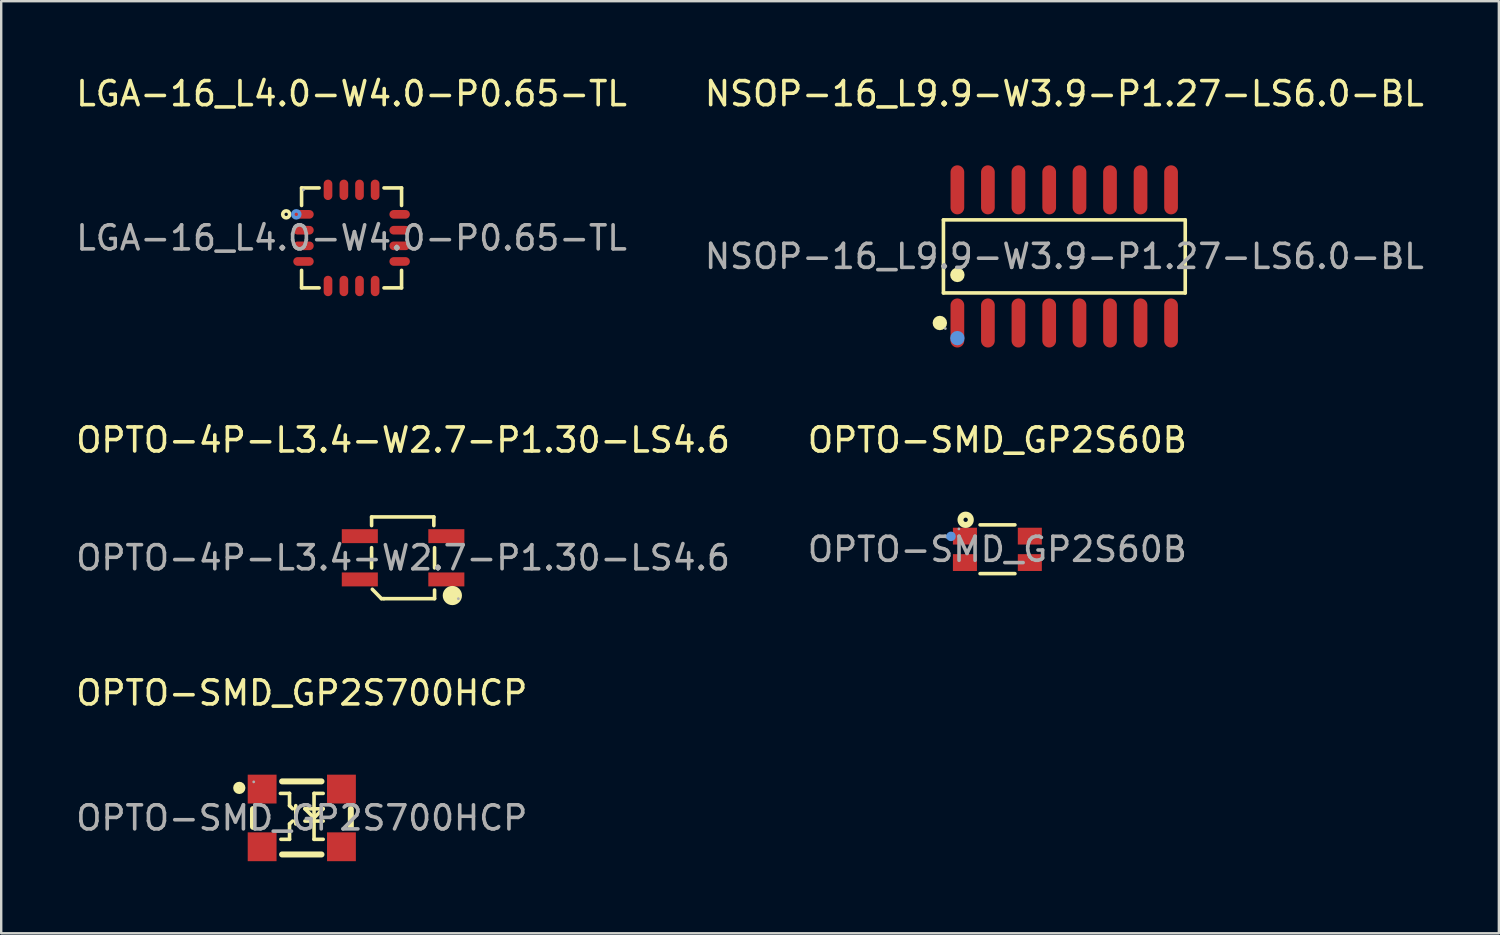
<source format=kicad_pcb>
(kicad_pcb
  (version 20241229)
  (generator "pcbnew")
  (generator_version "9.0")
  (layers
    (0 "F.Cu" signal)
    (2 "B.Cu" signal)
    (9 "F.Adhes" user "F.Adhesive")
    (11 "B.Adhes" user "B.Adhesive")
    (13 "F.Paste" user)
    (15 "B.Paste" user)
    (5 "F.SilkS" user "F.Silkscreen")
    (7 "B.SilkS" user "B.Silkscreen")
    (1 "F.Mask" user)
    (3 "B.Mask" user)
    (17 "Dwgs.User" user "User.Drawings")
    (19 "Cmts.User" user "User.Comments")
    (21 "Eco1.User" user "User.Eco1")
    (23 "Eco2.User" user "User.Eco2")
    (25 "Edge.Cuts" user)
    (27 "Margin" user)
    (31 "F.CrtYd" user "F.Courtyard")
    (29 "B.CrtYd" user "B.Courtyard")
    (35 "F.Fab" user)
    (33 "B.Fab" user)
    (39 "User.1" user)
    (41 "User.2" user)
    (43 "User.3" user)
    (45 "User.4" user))
  (footprint "LGA-16_L4.0-W4.0-P0.65-TL"
    (layer "F.Cu")
    (at 11.577 6.848)
    (property "Reference" "LGA-16_L4.0-W4.0-P0.65-TL" (at 0 -6 0) (layer "F.SilkS") (effects (font (size 1 1) (thickness 0.15))))
    (attr through_hole)
    (fp_line (start -2.08 -2.08) (end -2.08 -1.35) (stroke (width 0.15) (type solid)) (layer "F.SilkS"))
    (fp_line (start -2.08 2.08) (end -2.08 1.35) (stroke (width 0.15) (type solid)) (layer "F.SilkS"))
    (fp_line (start -1.35 -2.08) (end -2.08 -2.08) (stroke (width 0.15) (type solid)) (layer "F.SilkS"))
    (fp_line (start -1.35 2.08) (end -2.08 2.08) (stroke (width 0.15) (type solid)) (layer "F.SilkS"))
    (fp_line (start 1.35 -2.08) (end 2.08 -2.08) (stroke (width 0.15) (type solid)) (layer "F.SilkS"))
    (fp_line (start 1.35 2.08) (end 2.08 2.08) (stroke (width 0.15) (type solid)) (layer "F.SilkS"))
    (fp_line (start 2.08 -2.08) (end 2.08 -1.35) (stroke (width 0.15) (type solid)) (layer "F.SilkS"))
    (fp_line (start 2.08 2.08) (end 2.08 1.35) (stroke (width 0.15) (type solid)) (layer "F.SilkS"))
    (fp_circle (center -2.72 -0.98) (end -2.65 -0.98) (stroke (width 0.15) (type solid)) (fill no) (layer "F.SilkS"))
    (fp_circle (center -2.3 -0.98) (end -2.23 -0.98) (stroke (width 0.15) (type solid)) (fill no) (layer "Cmts.User"))
    (fp_circle (center -2 -2) (end -1.97 -2) (stroke (width 0.06) (type solid)) (fill no) (layer "F.Fab"))
    (fp_text user "${REFERENCE}" (at 0 0 0) (layer "F.Fab") (effects (font (size 1 1) (thickness 0.15))))
    (pad "1" smd oval (at -2 -0.98 270) (size 0.36 0.85) (layers "F.Cu" "F.Mask" "F.Paste"))
    (pad "2" smd oval (at -2 -0.32 270) (size 0.36 0.85) (layers "F.Cu" "F.Mask" "F.Paste"))
    (pad "3" smd oval (at -2 0.33 270) (size 0.36 0.85) (layers "F.Cu" "F.Mask" "F.Paste"))
    (pad "4" smd oval (at -2 0.98 270) (size 0.36 0.85) (layers "F.Cu" "F.Mask" "F.Paste"))
    (pad "5" smd oval (at -0.98 2 270) (size 0.85 0.36) (layers "F.Cu" "F.Mask" "F.Paste"))
    (pad "6" smd oval (at -0.32 2 270) (size 0.85 0.36) (layers "F.Cu" "F.Mask" "F.Paste"))
    (pad "7" smd oval (at 0.33 2 270) (size 0.85 0.36) (layers "F.Cu" "F.Mask" "F.Paste"))
    (pad "8" smd oval (at 0.98 2 270) (size 0.85 0.36) (layers "F.Cu" "F.Mask" "F.Paste"))
    (pad "9" smd oval (at 2 0.98 270) (size 0.36 0.85) (layers "F.Cu" "F.Mask" "F.Paste"))
    (pad "10" smd oval (at 2 0.33 270) (size 0.36 0.85) (layers "F.Cu" "F.Mask" "F.Paste"))
    (pad "11" smd oval (at 2 -0.32 270) (size 0.36 0.85) (layers "F.Cu" "F.Mask" "F.Paste"))
    (pad "12" smd oval (at 2 -0.98 270) (size 0.36 0.85) (layers "F.Cu" "F.Mask" "F.Paste"))
    (pad "13" smd oval (at 0.98 -2 270) (size 0.85 0.36) (layers "F.Cu" "F.Mask" "F.Paste"))
    (pad "14" smd oval (at 0.33 -2 270) (size 0.85 0.36) (layers "F.Cu" "F.Mask" "F.Paste"))
    (pad "15" smd oval (at -0.32 -2 270) (size 0.85 0.36) (layers "F.Cu" "F.Mask" "F.Paste"))
    (pad "16" smd oval (at -0.98 -2 270) (size 0.85 0.36) (layers "F.Cu" "F.Mask" "F.Paste")))
  (footprint "NSOP-16_L9.9-W3.9-P1.27-LS6.0-BL"
    (layer "F.Cu")
    (at 41.232 7.618)
    (property "Reference" "NSOP-16_L9.9-W3.9-P1.27-LS6.0-BL" (at 0 -6.77 0) (layer "F.SilkS") (effects (font (size 1 1) (thickness 0.15))))
    (attr through_hole)
    (fp_line (start -5.03 -1.52) (end 5.03 -1.52) (stroke (width 0.15) (type solid)) (layer "F.SilkS"))
    (fp_line (start -5.03 1.52) (end -5.03 -1.52) (stroke (width 0.15) (type solid)) (layer "F.SilkS"))
    (fp_line (start 5.03 -1.52) (end 5.03 1.52) (stroke (width 0.15) (type solid)) (layer "F.SilkS"))
    (fp_line (start 5.03 1.52) (end -5.03 1.52) (stroke (width 0.15) (type solid)) (layer "F.SilkS"))
    (fp_circle (center -5.18 2.77) (end -5.03 2.77) (stroke (width 0.3) (type solid)) (fill no) (layer "F.SilkS"))
    (fp_circle (center -4.45 0.77) (end -4.3 0.77) (stroke (width 0.3) (type solid)) (fill no) (layer "F.SilkS"))
    (fp_circle (center -4.45 3.4) (end -4.3 3.4) (stroke (width 0.3) (type solid)) (fill no) (layer "Cmts.User"))
    (fp_circle (center -4.95 3) (end -4.92 3) (stroke (width 0.06) (type solid)) (fill no) (layer "F.Fab"))
    (fp_text user "${REFERENCE}" (at 0 0 0) (layer "F.Fab") (effects (font (size 1 1) (thickness 0.15))))
    (pad "1" smd oval (at -4.45 2.77) (size 0.57 2.04) (layers "F.Cu" "F.Mask" "F.Paste"))
    (pad "2" smd oval (at -3.18 2.77) (size 0.57 2.04) (layers "F.Cu" "F.Mask" "F.Paste"))
    (pad "3" smd oval (at -1.91 2.77) (size 0.57 2.04) (layers "F.Cu" "F.Mask" "F.Paste"))
    (pad "4" smd oval (at -0.63 2.77) (size 0.57 2.04) (layers "F.Cu" "F.Mask" "F.Paste"))
    (pad "5" smd oval (at 0.63 2.77) (size 0.57 2.04) (layers "F.Cu" "F.Mask" "F.Paste"))
    (pad "6" smd oval (at 1.9 2.77) (size 0.57 2.04) (layers "F.Cu" "F.Mask" "F.Paste"))
    (pad "7" smd oval (at 3.17 2.77) (size 0.57 2.04) (layers "F.Cu" "F.Mask" "F.Paste"))
    (pad "8" smd oval (at 4.44 2.77) (size 0.57 2.04) (layers "F.Cu" "F.Mask" "F.Paste"))
    (pad "9" smd oval (at 4.44 -2.77) (size 0.57 2.04) (layers "F.Cu" "F.Mask" "F.Paste"))
    (pad "10" smd oval (at 3.17 -2.77) (size 0.57 2.04) (layers "F.Cu" "F.Mask" "F.Paste"))
    (pad "11" smd oval (at 1.9 -2.77) (size 0.57 2.04) (layers "F.Cu" "F.Mask" "F.Paste"))
    (pad "12" smd oval (at 0.63 -2.77) (size 0.57 2.04) (layers "F.Cu" "F.Mask" "F.Paste"))
    (pad "13" smd oval (at -0.63 -2.77) (size 0.57 2.04) (layers "F.Cu" "F.Mask" "F.Paste"))
    (pad "14" smd oval (at -1.91 -2.77) (size 0.57 2.04) (layers "F.Cu" "F.Mask" "F.Paste"))
    (pad "15" smd oval (at -3.18 -2.77) (size 0.57 2.04) (layers "F.Cu" "F.Mask" "F.Paste"))
    (pad "16" smd oval (at -4.45 -2.77) (size 0.57 2.04) (layers "F.Cu" "F.Mask" "F.Paste")))
  (footprint "OPTO-SMD_GP2S700HCP"
    (layer "F.Cu")
    (at 9.506 30.98)
    (property "Reference" "OPTO-SMD_GP2S700HCP" (at 0 -5.2 0) (layer "F.SilkS") (effects (font (size 1 1) (thickness 0.15))))
    (attr through_hole)
    (fp_line (start -2.03 -0.37) (end -2.03 0.37) (stroke (width 0.25) (type solid)) (layer "F.SilkS"))
    (fp_line (start -0.89 -1.02) (end -0.51 -1.02) (stroke (width 0.15) (type solid)) (layer "F.SilkS"))
    (fp_line (start -0.82 -1.52) (end 0.82 -1.52) (stroke (width 0.25) (type solid)) (layer "F.SilkS"))
    (fp_line (start -0.82 1.52) (end 0.82 1.52) (stroke (width 0.25) (type solid)) (layer "F.SilkS"))
    (fp_line (start -0.51 -1.02) (end -0.51 -0.51) (stroke (width 0.15) (type solid)) (layer "F.SilkS"))
    (fp_line (start -0.51 -0.51) (end -0.38 -0.38) (stroke (width 0.15) (type solid)) (layer "F.SilkS"))
    (fp_line (start -0.51 0.25) (end -0.38 0.13) (stroke (width 0.15) (type solid)) (layer "F.SilkS"))
    (fp_line (start -0.51 0.89) (end -0.87 0.89) (stroke (width 0.15) (type solid)) (layer "F.SilkS"))
    (fp_line (start -0.51 0.89) (end -0.51 0.25) (stroke (width 0.15) (type solid)) (layer "F.SilkS"))
    (fp_line (start -0.25 -0.51) (end -0.25 0.25) (stroke (width 0.15) (type solid)) (layer "F.SilkS"))
    (fp_line (start 0.13 -0.38) (end 0.89 -0.38) (stroke (width 0.15) (type solid)) (layer "F.SilkS"))
    (fp_line (start 0.13 0.13) (end 0.89 0.13) (stroke (width 0.15) (type solid)) (layer "F.SilkS"))
    (fp_line (start 0.51 -1.02) (end 0.51 0.89) (stroke (width 0.15) (type solid)) (layer "F.SilkS"))
    (fp_line (start 0.51 0) (end 0.13 -0.38) (stroke (width 0.15) (type solid)) (layer "F.SilkS"))
    (fp_line (start 0.51 0.89) (end 0.89 0.89) (stroke (width 0.15) (type solid)) (layer "F.SilkS"))
    (fp_line (start 0.76 -0.25) (end 0.51 0) (stroke (width 0.15) (type solid)) (layer "F.SilkS"))
    (fp_line (start 0.89 -1.02) (end 0.51 -1.02) (stroke (width 0.15) (type solid)) (layer "F.SilkS"))
    (fp_line (start 0.89 -0.38) (end 0.76 -0.25) (stroke (width 0.15) (type solid)) (layer "F.SilkS"))
    (fp_line (start 2.04 -0.37) (end 2.04 0.37) (stroke (width 0.25) (type solid)) (layer "F.SilkS"))
    (fp_circle (center -2.6 -1.25) (end -2.47 -1.25) (stroke (width 0.25) (type solid)) (fill no) (layer "F.SilkS"))
    (fp_circle (center -2 -1.5) (end -1.97 -1.5) (stroke (width 0.06) (type solid)) (fill no) (layer "F.Fab"))
    (fp_text user "${REFERENCE}" (at 0 0 0) (layer "F.Fab") (effects (font (size 1 1) (thickness 0.15))))
    (pad "1" smd rect (at -1.65 -1.2) (size 1.2 1.2) (layers "F.Cu" "F.Mask" "F.Paste"))
    (pad "2" smd rect (at -1.65 1.2) (size 1.2 1.2) (layers "F.Cu" "F.Mask" "F.Paste"))
    (pad "3" smd rect (at 1.65 1.2) (size 1.2 1.2) (layers "F.Cu" "F.Mask" "F.Paste"))
    (pad "4" smd rect (at 1.65 -1.2) (size 1.2 1.2) (layers "F.Cu" "F.Mask" "F.Paste")))
  (footprint "OPTO-4P-L3.4-W2.7-P1.30-LS4.6"
    (layer "F.Cu")
    (at 13.72 20.157)
    (property "Reference" "OPTO-4P-L3.4-W2.7-P1.30-LS4.6" (at 0 -4.9 0) (layer "F.SilkS") (effects (font (size 1 1) (thickness 0.15))))
    (attr through_hole)
    (fp_line (start -1.31 -1.7) (end -1.31 -1.34) (stroke (width 0.15) (type solid)) (layer "F.SilkS"))
    (fp_line (start -1.31 -1.7) (end 1.28 -1.7) (stroke (width 0.15) (type solid)) (layer "F.SilkS"))
    (fp_line (start -1.31 -0.42) (end -1.31 0.42) (stroke (width 0.15) (type solid)) (layer "F.SilkS"))
    (fp_line (start -0.9 1.7) (end -1.28 1.31) (stroke (width 0.15) (type solid)) (layer "F.SilkS"))
    (fp_line (start -0.8 1.7) (end -0.9 1.7) (stroke (width 0.15) (type solid)) (layer "F.SilkS"))
    (fp_line (start 1.28 -1.7) (end 1.28 -1.34) (stroke (width 0.15) (type solid)) (layer "F.SilkS"))
    (fp_line (start 1.31 0.42) (end 1.31 -0.42) (stroke (width 0.15) (type solid)) (layer "F.SilkS"))
    (fp_line (start 1.31 1.7) (end -0.8 1.7) (stroke (width 0.15) (type solid)) (layer "F.SilkS"))
    (fp_line (start 1.31 1.7) (end 1.31 1.34) (stroke (width 0.15) (type solid)) (layer "F.SilkS"))
    (fp_arc (start 2.05 1.57) (mid 2.05 1.57) (end 2.05 1.57) (stroke (width 0.4) (type solid)) (layer "F.SilkS"))
    (fp_circle (center 2.3 1.7) (end 2.33 1.7) (stroke (width 0.06) (type solid)) (fill no) (layer "F.Fab"))
    (fp_text user "${REFERENCE}" (at 0 0 0) (layer "F.Fab") (effects (font (size 1 1) (thickness 0.15))))
    (pad "1" smd rect (at 1.8 0.9 90) (size 0.58 1.5) (layers "F.Cu" "F.Mask" "F.Paste"))
    (pad "2" smd rect (at -1.8 0.9 90) (size 0.58 1.5) (layers "F.Cu" "F.Mask" "F.Paste"))
    (pad "3" smd rect (at 1.8 -0.9 90) (size 0.58 1.5) (layers "F.Cu" "F.Mask" "F.Paste"))
    (pad "4" smd rect (at -1.8 -0.9 90) (size 0.58 1.5) (layers "F.Cu" "F.Mask" "F.Paste")))
  (footprint "OPTO-SMD_GP2S60B"
    (layer "F.Cu")
    (at 38.446 19.806)
    (property "Reference" "OPTO-SMD_GP2S60B" (at 0 -4.55 0) (layer "F.SilkS") (effects (font (size 1 1) (thickness 0.15))))
    (attr through_hole)
    (fp_line (start -0.72 1.01) (end 0.73 1.01) (stroke (width 0.15) (type solid)) (layer "F.SilkS"))
    (fp_line (start 0.73 -1.02) (end -0.72 -1.02) (stroke (width 0.15) (type solid)) (layer "F.SilkS"))
    (fp_circle (center -1.32 -1.23) (end -1.23 -1.23) (stroke (width 0.25) (type solid)) (fill no) (layer "F.SilkS"))
    (fp_circle (center -1.93 -0.54) (end -1.83 -0.54) (stroke (width 0.2) (type solid)) (fill no) (layer "Cmts.User"))
    (fp_circle (center -1.6 -0.85) (end -1.57 -0.85) (stroke (width 0.06) (type solid)) (fill no) (layer "F.Fab"))
    (fp_text user "${REFERENCE}" (at 0 0 0) (layer "F.Fab") (effects (font (size 1 1) (thickness 0.15))))
    (pad "1" smd rect (at -1.35 -0.55) (size 1 0.7) (layers "F.Cu" "F.Mask" "F.Paste"))
    (pad "2" smd rect (at -1.35 0.55) (size 1 0.7) (layers "F.Cu" "F.Mask" "F.Paste"))
    (pad "3" smd rect (at 1.35 0.55) (size 1 0.7) (layers "F.Cu" "F.Mask" "F.Paste"))
    (pad "4" smd rect (at 1.35 -0.55) (size 1 0.7) (layers "F.Cu" "F.Mask" "F.Paste")))
  (gr_rect
    (start -3 -3)
    (end 59.31 35.78)
    (stroke (width 0.1) (type default))
    (fill no)
    (layer "Edge.Cuts")))
</source>
